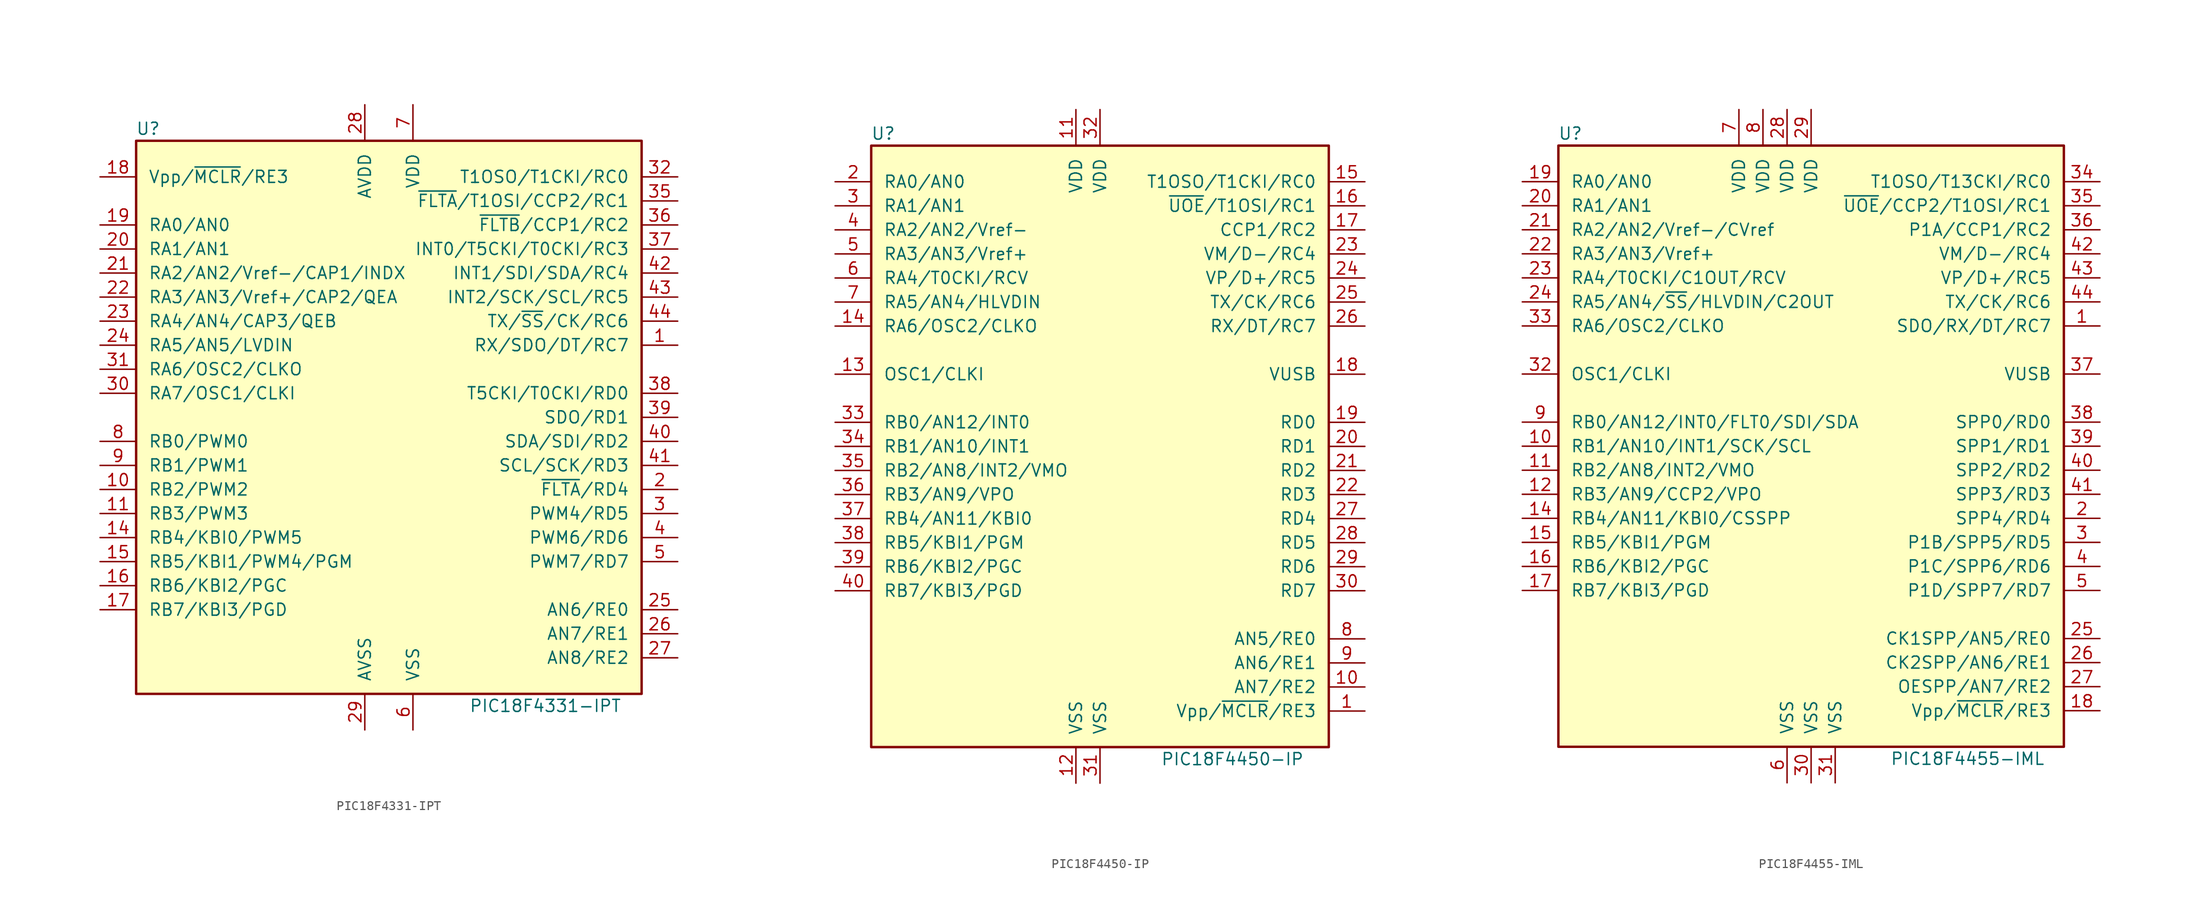
<source format=kicad_sym>
(kicad_symbol_lib
  (version 20200908)
  (generator kicad_symbol_editor)
  (symbol "MCU_Microchip_PIC18:PIC18F4331-IPT"
    (pin_names
      (offset 1.27))
    (property "Reference" "U"
      (at -25.4 30.48 0)
      (effects (font (size 1.27 1.27))))
    (property "Value" "PIC18F4331-IPT"
      (at 16.51 -30.48 0)
      (effects (font (size 1.27 1.27))))
    (symbol "PIC18F4331-IPT_0_1"
      (rectangle (start -26.67 29.21) (end 26.67 -29.21) (stroke (width 0.254)) (fill (type background))))
    (symbol "PIC18F4331-IPT_1_1"
      (pin bidirectional line (at 30.48 7.62 180) (length 3.81) (name "RX/SDO/DT/RC7" (effects (font (size 1.27 1.27)))) (number "1" (effects (font (size 1.27 1.27)))))
      (pin bidirectional line (at -30.48 -7.62 0) (length 3.81) (name "RB2/PWM2" (effects (font (size 1.27 1.27)))) (number "10" (effects (font (size 1.27 1.27)))))
      (pin bidirectional line (at -30.48 -10.16 0) (length 3.81) (name "RB3/PWM3" (effects (font (size 1.27 1.27)))) (number "11" (effects (font (size 1.27 1.27)))))
      (pin unconnected line (at -15.24 -33.02 90) (length 3.81) hide (name "NC" (effects (font (size 1.27 1.27)))) (number "12" (effects (font (size 1.27 1.27)))))
      (pin unconnected line (at -12.7 -33.02 90) (length 3.81) hide (name "NC" (effects (font (size 1.27 1.27)))) (number "13" (effects (font (size 1.27 1.27)))))
      (pin bidirectional line (at -30.48 -12.7 0) (length 3.81) (name "RB4/KBI0/PWM5" (effects (font (size 1.27 1.27)))) (number "14" (effects (font (size 1.27 1.27)))))
      (pin bidirectional line (at -30.48 -15.24 0) (length 3.81) (name "RB5/KBI1/PWM4/PGM" (effects (font (size 1.27 1.27)))) (number "15" (effects (font (size 1.27 1.27)))))
      (pin bidirectional line (at -30.48 -17.78 0) (length 3.81) (name "RB6/KBI2/PGC" (effects (font (size 1.27 1.27)))) (number "16" (effects (font (size 1.27 1.27)))))
      (pin bidirectional line (at -30.48 -20.32 0) (length 3.81) (name "RB7/KBI3/PGD" (effects (font (size 1.27 1.27)))) (number "17" (effects (font (size 1.27 1.27)))))
      (pin input line (at -30.48 25.4 0) (length 3.81) (name "Vpp/~MCLR~/RE3" (effects (font (size 1.27 1.27)))) (number "18" (effects (font (size 1.27 1.27)))))
      (pin bidirectional line (at -30.48 20.32 0) (length 3.81) (name "RA0/AN0" (effects (font (size 1.27 1.27)))) (number "19" (effects (font (size 1.27 1.27)))))
      (pin bidirectional line (at 30.48 -7.62 180) (length 3.81) (name "~FLTA~/RD4" (effects (font (size 1.27 1.27)))) (number "2" (effects (font (size 1.27 1.27)))))
      (pin bidirectional line (at -30.48 17.78 0) (length 3.81) (name "RA1/AN1" (effects (font (size 1.27 1.27)))) (number "20" (effects (font (size 1.27 1.27)))))
      (pin bidirectional line (at -30.48 15.24 0) (length 3.81) (name "RA2/AN2/Vref-/CAP1/INDX" (effects (font (size 1.27 1.27)))) (number "21" (effects (font (size 1.27 1.27)))))
      (pin bidirectional line (at -30.48 12.7 0) (length 3.81) (name "RA3/AN3/Vref+/CAP2/QEA" (effects (font (size 1.27 1.27)))) (number "22" (effects (font (size 1.27 1.27)))))
      (pin bidirectional line (at -30.48 10.16 0) (length 3.81) (name "RA4/AN4/CAP3/QEB" (effects (font (size 1.27 1.27)))) (number "23" (effects (font (size 1.27 1.27)))))
      (pin bidirectional line (at -30.48 7.62 0) (length 3.81) (name "RA5/AN5/LVDIN" (effects (font (size 1.27 1.27)))) (number "24" (effects (font (size 1.27 1.27)))))
      (pin bidirectional line (at 30.48 -20.32 180) (length 3.81) (name "AN6/RE0" (effects (font (size 1.27 1.27)))) (number "25" (effects (font (size 1.27 1.27)))))
      (pin bidirectional line (at 30.48 -22.86 180) (length 3.81) (name "AN7/RE1" (effects (font (size 1.27 1.27)))) (number "26" (effects (font (size 1.27 1.27)))))
      (pin bidirectional line (at 30.48 -25.4 180) (length 3.81) (name "AN8/RE2" (effects (font (size 1.27 1.27)))) (number "27" (effects (font (size 1.27 1.27)))))
      (pin power_in line (at -2.54 33.02 270) (length 3.81) (name "AVDD" (effects (font (size 1.27 1.27)))) (number "28" (effects (font (size 1.27 1.27)))))
      (pin power_in line (at -2.54 -33.02 90) (length 3.81) (name "AVSS" (effects (font (size 1.27 1.27)))) (number "29" (effects (font (size 1.27 1.27)))))
      (pin bidirectional line (at 30.48 -10.16 180) (length 3.81) (name "PWM4/RD5" (effects (font (size 1.27 1.27)))) (number "3" (effects (font (size 1.27 1.27)))))
      (pin bidirectional line (at -30.48 2.54 0) (length 3.81) (name "RA7/OSC1/CLKI" (effects (font (size 1.27 1.27)))) (number "30" (effects (font (size 1.27 1.27)))))
      (pin bidirectional line (at -30.48 5.08 0) (length 3.81) (name "RA6/OSC2/CLKO" (effects (font (size 1.27 1.27)))) (number "31" (effects (font (size 1.27 1.27)))))
      (pin bidirectional line (at 30.48 25.4 180) (length 3.81) (name "T1OSO/T1CKI/RC0" (effects (font (size 1.27 1.27)))) (number "32" (effects (font (size 1.27 1.27)))))
      (pin unconnected line (at -10.16 -33.02 90) (length 3.81) hide (name "NC" (effects (font (size 1.27 1.27)))) (number "33" (effects (font (size 1.27 1.27)))))
      (pin unconnected line (at -7.62 -33.02 90) (length 3.81) hide (name "NC" (effects (font (size 1.27 1.27)))) (number "34" (effects (font (size 1.27 1.27)))))
      (pin bidirectional line (at 30.48 22.86 180) (length 3.81) (name "~FLTA~/T1OSI/CCP2/RC1" (effects (font (size 1.27 1.27)))) (number "35" (effects (font (size 1.27 1.27)))))
      (pin bidirectional line (at 30.48 20.32 180) (length 3.81) (name "~FLTB~/CCP1/RC2" (effects (font (size 1.27 1.27)))) (number "36" (effects (font (size 1.27 1.27)))))
      (pin bidirectional line (at 30.48 17.78 180) (length 3.81) (name "INT0/T5CKI/T0CKI/RC3" (effects (font (size 1.27 1.27)))) (number "37" (effects (font (size 1.27 1.27)))))
      (pin bidirectional line (at 30.48 2.54 180) (length 3.81) (name "T5CKI/T0CKI/RD0" (effects (font (size 1.27 1.27)))) (number "38" (effects (font (size 1.27 1.27)))))
      (pin bidirectional line (at 30.48 0 180) (length 3.81) (name "SDO/RD1" (effects (font (size 1.27 1.27)))) (number "39" (effects (font (size 1.27 1.27)))))
      (pin bidirectional line (at 30.48 -12.7 180) (length 3.81) (name "PWM6/RD6" (effects (font (size 1.27 1.27)))) (number "4" (effects (font (size 1.27 1.27)))))
      (pin bidirectional line (at 30.48 -2.54 180) (length 3.81) (name "SDA/SDI/RD2" (effects (font (size 1.27 1.27)))) (number "40" (effects (font (size 1.27 1.27)))))
      (pin bidirectional line (at 30.48 -5.08 180) (length 3.81) (name "SCL/SCK/RD3" (effects (font (size 1.27 1.27)))) (number "41" (effects (font (size 1.27 1.27)))))
      (pin bidirectional line (at 30.48 15.24 180) (length 3.81) (name "INT1/SDI/SDA/RC4" (effects (font (size 1.27 1.27)))) (number "42" (effects (font (size 1.27 1.27)))))
      (pin bidirectional line (at 30.48 12.7 180) (length 3.81) (name "INT2/SCK/SCL/RC5" (effects (font (size 1.27 1.27)))) (number "43" (effects (font (size 1.27 1.27)))))
      (pin bidirectional line (at 30.48 10.16 180) (length 3.81) (name "TX/~SS~/CK/RC6" (effects (font (size 1.27 1.27)))) (number "44" (effects (font (size 1.27 1.27)))))
      (pin bidirectional line (at 30.48 -15.24 180) (length 3.81) (name "PWM7/RD7" (effects (font (size 1.27 1.27)))) (number "5" (effects (font (size 1.27 1.27)))))
      (pin power_in line (at 2.54 -33.02 90) (length 3.81) (name "VSS" (effects (font (size 1.27 1.27)))) (number "6" (effects (font (size 1.27 1.27)))))
      (pin power_in line (at 2.54 33.02 270) (length 3.81) (name "VDD" (effects (font (size 1.27 1.27)))) (number "7" (effects (font (size 1.27 1.27)))))
      (pin bidirectional line (at -30.48 -2.54 0) (length 3.81) (name "RB0/PWM0" (effects (font (size 1.27 1.27)))) (number "8" (effects (font (size 1.27 1.27)))))
      (pin bidirectional line (at -30.48 -5.08 0) (length 3.81) (name "RB1/PWM1" (effects (font (size 1.27 1.27)))) (number "9" (effects (font (size 1.27 1.27)))))))
  (symbol "MCU_Microchip_PIC18:PIC18F4450-IP"
    (pin_names
      (offset 1.27))
    (property "Reference" "U"
      (at -22.86 33.02 0)
      (effects (font (size 1.27 1.27))))
    (property "Value" "PIC18F4450-IP"
      (at 13.97 -33.02 0)
      (effects (font (size 1.27 1.27))))
    (symbol "PIC18F4450-IP_0_1"
      (rectangle (start -24.13 31.75) (end 24.13 -31.75) (stroke (width 0.254)) (fill (type background))))
    (symbol "PIC18F4450-IP_1_1"
      (pin input line (at 27.94 -27.94 180) (length 3.81) (name "Vpp/~MCLR~/RE3" (effects (font (size 1.27 1.27)))) (number "1" (effects (font (size 1.27 1.27)))))
      (pin bidirectional line (at 27.94 -25.4 180) (length 3.81) (name "AN7/RE2" (effects (font (size 1.27 1.27)))) (number "10" (effects (font (size 1.27 1.27)))))
      (pin power_in line (at -2.54 35.56 270) (length 3.81) (name "VDD" (effects (font (size 1.27 1.27)))) (number "11" (effects (font (size 1.27 1.27)))))
      (pin power_in line (at -2.54 -35.56 90) (length 3.81) (name "VSS" (effects (font (size 1.27 1.27)))) (number "12" (effects (font (size 1.27 1.27)))))
      (pin input line (at -27.94 7.62 0) (length 3.81) (name "OSC1/CLKI" (effects (font (size 1.27 1.27)))) (number "13" (effects (font (size 1.27 1.27)))))
      (pin output line (at -27.94 12.7 0) (length 3.81) (name "RA6/OSC2/CLKO" (effects (font (size 1.27 1.27)))) (number "14" (effects (font (size 1.27 1.27)))))
      (pin bidirectional line (at 27.94 27.94 180) (length 3.81) (name "T1OSO/T1CKI/RC0" (effects (font (size 1.27 1.27)))) (number "15" (effects (font (size 1.27 1.27)))))
      (pin bidirectional line (at 27.94 25.4 180) (length 3.81) (name "~UOE~/T1OSI/RC1" (effects (font (size 1.27 1.27)))) (number "16" (effects (font (size 1.27 1.27)))))
      (pin bidirectional line (at 27.94 22.86 180) (length 3.81) (name "CCP1/RC2" (effects (font (size 1.27 1.27)))) (number "17" (effects (font (size 1.27 1.27)))))
      (pin bidirectional line (at 27.94 7.62 180) (length 3.81) (name "VUSB" (effects (font (size 1.27 1.27)))) (number "18" (effects (font (size 1.27 1.27)))))
      (pin bidirectional line (at 27.94 2.54 180) (length 3.81) (name "RD0" (effects (font (size 1.27 1.27)))) (number "19" (effects (font (size 1.27 1.27)))))
      (pin bidirectional line (at -27.94 27.94 0) (length 3.81) (name "RA0/AN0" (effects (font (size 1.27 1.27)))) (number "2" (effects (font (size 1.27 1.27)))))
      (pin bidirectional line (at 27.94 0 180) (length 3.81) (name "RD1" (effects (font (size 1.27 1.27)))) (number "20" (effects (font (size 1.27 1.27)))))
      (pin bidirectional line (at 27.94 -2.54 180) (length 3.81) (name "RD2" (effects (font (size 1.27 1.27)))) (number "21" (effects (font (size 1.27 1.27)))))
      (pin bidirectional line (at 27.94 -5.08 180) (length 3.81) (name "RD3" (effects (font (size 1.27 1.27)))) (number "22" (effects (font (size 1.27 1.27)))))
      (pin bidirectional line (at 27.94 20.32 180) (length 3.81) (name "VM/D-/RC4" (effects (font (size 1.27 1.27)))) (number "23" (effects (font (size 1.27 1.27)))))
      (pin bidirectional line (at 27.94 17.78 180) (length 3.81) (name "VP/D+/RC5" (effects (font (size 1.27 1.27)))) (number "24" (effects (font (size 1.27 1.27)))))
      (pin bidirectional line (at 27.94 15.24 180) (length 3.81) (name "TX/CK/RC6" (effects (font (size 1.27 1.27)))) (number "25" (effects (font (size 1.27 1.27)))))
      (pin bidirectional line (at 27.94 12.7 180) (length 3.81) (name "RX/DT/RC7" (effects (font (size 1.27 1.27)))) (number "26" (effects (font (size 1.27 1.27)))))
      (pin bidirectional line (at 27.94 -7.62 180) (length 3.81) (name "RD4" (effects (font (size 1.27 1.27)))) (number "27" (effects (font (size 1.27 1.27)))))
      (pin bidirectional line (at 27.94 -10.16 180) (length 3.81) (name "RD5" (effects (font (size 1.27 1.27)))) (number "28" (effects (font (size 1.27 1.27)))))
      (pin bidirectional line (at 27.94 -12.7 180) (length 3.81) (name "RD6" (effects (font (size 1.27 1.27)))) (number "29" (effects (font (size 1.27 1.27)))))
      (pin bidirectional line (at -27.94 25.4 0) (length 3.81) (name "RA1/AN1" (effects (font (size 1.27 1.27)))) (number "3" (effects (font (size 1.27 1.27)))))
      (pin bidirectional line (at 27.94 -15.24 180) (length 3.81) (name "RD7" (effects (font (size 1.27 1.27)))) (number "30" (effects (font (size 1.27 1.27)))))
      (pin power_in line (at 0 -35.56 90) (length 3.81) (name "VSS" (effects (font (size 1.27 1.27)))) (number "31" (effects (font (size 1.27 1.27)))))
      (pin power_in line (at 0 35.56 270) (length 3.81) (name "VDD" (effects (font (size 1.27 1.27)))) (number "32" (effects (font (size 1.27 1.27)))))
      (pin bidirectional line (at -27.94 2.54 0) (length 3.81) (name "RB0/AN12/INT0" (effects (font (size 1.27 1.27)))) (number "33" (effects (font (size 1.27 1.27)))))
      (pin bidirectional line (at -27.94 0 0) (length 3.81) (name "RB1/AN10/INT1" (effects (font (size 1.27 1.27)))) (number "34" (effects (font (size 1.27 1.27)))))
      (pin bidirectional line (at -27.94 -2.54 0) (length 3.81) (name "RB2/AN8/INT2/VMO" (effects (font (size 1.27 1.27)))) (number "35" (effects (font (size 1.27 1.27)))))
      (pin bidirectional line (at -27.94 -5.08 0) (length 3.81) (name "RB3/AN9/VPO" (effects (font (size 1.27 1.27)))) (number "36" (effects (font (size 1.27 1.27)))))
      (pin bidirectional line (at -27.94 -7.62 0) (length 3.81) (name "RB4/AN11/KBI0" (effects (font (size 1.27 1.27)))) (number "37" (effects (font (size 1.27 1.27)))))
      (pin bidirectional line (at -27.94 -10.16 0) (length 3.81) (name "RB5/KBI1/PGM" (effects (font (size 1.27 1.27)))) (number "38" (effects (font (size 1.27 1.27)))))
      (pin bidirectional line (at -27.94 -12.7 0) (length 3.81) (name "RB6/KBI2/PGC" (effects (font (size 1.27 1.27)))) (number "39" (effects (font (size 1.27 1.27)))))
      (pin bidirectional line (at -27.94 22.86 0) (length 3.81) (name "RA2/AN2/Vref-" (effects (font (size 1.27 1.27)))) (number "4" (effects (font (size 1.27 1.27)))))
      (pin bidirectional line (at -27.94 -15.24 0) (length 3.81) (name "RB7/KBI3/PGD" (effects (font (size 1.27 1.27)))) (number "40" (effects (font (size 1.27 1.27)))))
      (pin bidirectional line (at -27.94 20.32 0) (length 3.81) (name "RA3/AN3/Vref+" (effects (font (size 1.27 1.27)))) (number "5" (effects (font (size 1.27 1.27)))))
      (pin bidirectional line (at -27.94 17.78 0) (length 3.81) (name "RA4/T0CKI/RCV" (effects (font (size 1.27 1.27)))) (number "6" (effects (font (size 1.27 1.27)))))
      (pin bidirectional line (at -27.94 15.24 0) (length 3.81) (name "RA5/AN4/HLVDIN" (effects (font (size 1.27 1.27)))) (number "7" (effects (font (size 1.27 1.27)))))
      (pin bidirectional line (at 27.94 -20.32 180) (length 3.81) (name "AN5/RE0" (effects (font (size 1.27 1.27)))) (number "8" (effects (font (size 1.27 1.27)))))
      (pin bidirectional line (at 27.94 -22.86 180) (length 3.81) (name "AN6/RE1" (effects (font (size 1.27 1.27)))) (number "9" (effects (font (size 1.27 1.27)))))))
  (symbol "MCU_Microchip_PIC18:PIC18F4455-IML"
    (pin_names
      (offset 1.27))
    (property "Reference" "U"
      (at -25.4 33.02 0)
      (effects (font (size 1.27 1.27))))
    (property "Value" "PIC18F4455-IML"
      (at 16.51 -33.02 0)
      (effects (font (size 1.27 1.27))))
    (symbol "PIC18F4455-IML_0_1"
      (rectangle (start -26.67 31.75) (end 26.67 -31.75) (stroke (width 0.254)) (fill (type background))))
    (symbol "PIC18F4455-IML_1_1"
      (pin bidirectional line (at 30.48 12.7 180) (length 3.81) (name "SDO/RX/DT/RC7" (effects (font (size 1.27 1.27)))) (number "1" (effects (font (size 1.27 1.27)))))
      (pin bidirectional line (at -30.48 0 0) (length 3.81) (name "RB1/AN10/INT1/SCK/SCL" (effects (font (size 1.27 1.27)))) (number "10" (effects (font (size 1.27 1.27)))))
      (pin bidirectional line (at -30.48 -2.54 0) (length 3.81) (name "RB2/AN8/INT2/VMO" (effects (font (size 1.27 1.27)))) (number "11" (effects (font (size 1.27 1.27)))))
      (pin bidirectional line (at -30.48 -5.08 0) (length 3.81) (name "RB3/AN9/CCP2/VPO" (effects (font (size 1.27 1.27)))) (number "12" (effects (font (size 1.27 1.27)))))
      (pin unconnected line (at -7.62 -35.56 90) (length 3.81) hide (name "NC" (effects (font (size 1.27 1.27)))) (number "13" (effects (font (size 1.27 1.27)))))
      (pin bidirectional line (at -30.48 -7.62 0) (length 3.81) (name "RB4/AN11/KBI0/CSSPP" (effects (font (size 1.27 1.27)))) (number "14" (effects (font (size 1.27 1.27)))))
      (pin bidirectional line (at -30.48 -10.16 0) (length 3.81) (name "RB5/KBI1/PGM" (effects (font (size 1.27 1.27)))) (number "15" (effects (font (size 1.27 1.27)))))
      (pin bidirectional line (at -30.48 -12.7 0) (length 3.81) (name "RB6/KBI2/PGC" (effects (font (size 1.27 1.27)))) (number "16" (effects (font (size 1.27 1.27)))))
      (pin bidirectional line (at -30.48 -15.24 0) (length 3.81) (name "RB7/KBI3/PGD" (effects (font (size 1.27 1.27)))) (number "17" (effects (font (size 1.27 1.27)))))
      (pin input line (at 30.48 -27.94 180) (length 3.81) (name "Vpp/~MCLR~/RE3" (effects (font (size 1.27 1.27)))) (number "18" (effects (font (size 1.27 1.27)))))
      (pin bidirectional line (at -30.48 27.94 0) (length 3.81) (name "RA0/AN0" (effects (font (size 1.27 1.27)))) (number "19" (effects (font (size 1.27 1.27)))))
      (pin bidirectional line (at 30.48 -7.62 180) (length 3.81) (name "SPP4/RD4" (effects (font (size 1.27 1.27)))) (number "2" (effects (font (size 1.27 1.27)))))
      (pin bidirectional line (at -30.48 25.4 0) (length 3.81) (name "RA1/AN1" (effects (font (size 1.27 1.27)))) (number "20" (effects (font (size 1.27 1.27)))))
      (pin bidirectional line (at -30.48 22.86 0) (length 3.81) (name "RA2/AN2/Vref-/CVref" (effects (font (size 1.27 1.27)))) (number "21" (effects (font (size 1.27 1.27)))))
      (pin bidirectional line (at -30.48 20.32 0) (length 3.81) (name "RA3/AN3/Vref+" (effects (font (size 1.27 1.27)))) (number "22" (effects (font (size 1.27 1.27)))))
      (pin bidirectional line (at -30.48 17.78 0) (length 3.81) (name "RA4/T0CKI/C1OUT/RCV" (effects (font (size 1.27 1.27)))) (number "23" (effects (font (size 1.27 1.27)))))
      (pin bidirectional line (at -30.48 15.24 0) (length 3.81) (name "RA5/AN4/~SS~/HLVDIN/C2OUT" (effects (font (size 1.27 1.27)))) (number "24" (effects (font (size 1.27 1.27)))))
      (pin bidirectional line (at 30.48 -20.32 180) (length 3.81) (name "CK1SPP/AN5/RE0" (effects (font (size 1.27 1.27)))) (number "25" (effects (font (size 1.27 1.27)))))
      (pin bidirectional line (at 30.48 -22.86 180) (length 3.81) (name "CK2SPP/AN6/RE1" (effects (font (size 1.27 1.27)))) (number "26" (effects (font (size 1.27 1.27)))))
      (pin bidirectional line (at 30.48 -25.4 180) (length 3.81) (name "OESPP/AN7/RE2" (effects (font (size 1.27 1.27)))) (number "27" (effects (font (size 1.27 1.27)))))
      (pin power_in line (at -2.54 35.56 270) (length 3.81) (name "VDD" (effects (font (size 1.27 1.27)))) (number "28" (effects (font (size 1.27 1.27)))))
      (pin power_in line (at 0 35.56 270) (length 3.81) (name "VDD" (effects (font (size 1.27 1.27)))) (number "29" (effects (font (size 1.27 1.27)))))
      (pin bidirectional line (at 30.48 -10.16 180) (length 3.81) (name "P1B/SPP5/RD5" (effects (font (size 1.27 1.27)))) (number "3" (effects (font (size 1.27 1.27)))))
      (pin power_in line (at 0 -35.56 90) (length 3.81) (name "VSS" (effects (font (size 1.27 1.27)))) (number "30" (effects (font (size 1.27 1.27)))))
      (pin power_in line (at 2.54 -35.56 90) (length 3.81) (name "VSS" (effects (font (size 1.27 1.27)))) (number "31" (effects (font (size 1.27 1.27)))))
      (pin input line (at -30.48 7.62 0) (length 3.81) (name "OSC1/CLKI" (effects (font (size 1.27 1.27)))) (number "32" (effects (font (size 1.27 1.27)))))
      (pin output line (at -30.48 12.7 0) (length 3.81) (name "RA6/OSC2/CLKO" (effects (font (size 1.27 1.27)))) (number "33" (effects (font (size 1.27 1.27)))))
      (pin bidirectional line (at 30.48 27.94 180) (length 3.81) (name "T1OSO/T13CKI/RC0" (effects (font (size 1.27 1.27)))) (number "34" (effects (font (size 1.27 1.27)))))
      (pin bidirectional line (at 30.48 25.4 180) (length 3.81) (name "~UOE~/CCP2/T1OSI/RC1" (effects (font (size 1.27 1.27)))) (number "35" (effects (font (size 1.27 1.27)))))
      (pin bidirectional line (at 30.48 22.86 180) (length 3.81) (name "P1A/CCP1/RC2" (effects (font (size 1.27 1.27)))) (number "36" (effects (font (size 1.27 1.27)))))
      (pin bidirectional line (at 30.48 7.62 180) (length 3.81) (name "VUSB" (effects (font (size 1.27 1.27)))) (number "37" (effects (font (size 1.27 1.27)))))
      (pin bidirectional line (at 30.48 2.54 180) (length 3.81) (name "SPP0/RD0" (effects (font (size 1.27 1.27)))) (number "38" (effects (font (size 1.27 1.27)))))
      (pin bidirectional line (at 30.48 0 180) (length 3.81) (name "SPP1/RD1" (effects (font (size 1.27 1.27)))) (number "39" (effects (font (size 1.27 1.27)))))
      (pin bidirectional line (at 30.48 -12.7 180) (length 3.81) (name "P1C/SPP6/RD6" (effects (font (size 1.27 1.27)))) (number "4" (effects (font (size 1.27 1.27)))))
      (pin bidirectional line (at 30.48 -2.54 180) (length 3.81) (name "SPP2/RD2" (effects (font (size 1.27 1.27)))) (number "40" (effects (font (size 1.27 1.27)))))
      (pin bidirectional line (at 30.48 -5.08 180) (length 3.81) (name "SPP3/RD3" (effects (font (size 1.27 1.27)))) (number "41" (effects (font (size 1.27 1.27)))))
      (pin bidirectional line (at 30.48 20.32 180) (length 3.81) (name "VM/D-/RC4" (effects (font (size 1.27 1.27)))) (number "42" (effects (font (size 1.27 1.27)))))
      (pin bidirectional line (at 30.48 17.78 180) (length 3.81) (name "VP/D+/RC5" (effects (font (size 1.27 1.27)))) (number "43" (effects (font (size 1.27 1.27)))))
      (pin bidirectional line (at 30.48 15.24 180) (length 3.81) (name "TX/CK/RC6" (effects (font (size 1.27 1.27)))) (number "44" (effects (font (size 1.27 1.27)))))
      (pin bidirectional line (at 30.48 -15.24 180) (length 3.81) (name "P1D/SPP7/RD7" (effects (font (size 1.27 1.27)))) (number "5" (effects (font (size 1.27 1.27)))))
      (pin power_in line (at -2.54 -35.56 90) (length 3.81) (name "VSS" (effects (font (size 1.27 1.27)))) (number "6" (effects (font (size 1.27 1.27)))))
      (pin power_in line (at -7.62 35.56 270) (length 3.81) (name "VDD" (effects (font (size 1.27 1.27)))) (number "7" (effects (font (size 1.27 1.27)))))
      (pin power_in line (at -5.08 35.56 270) (length 3.81) (name "VDD" (effects (font (size 1.27 1.27)))) (number "8" (effects (font (size 1.27 1.27)))))
      (pin bidirectional line (at -30.48 2.54 0) (length 3.81) (name "RB0/AN12/INT0/FLT0/SDI/SDA" (effects (font (size 1.27 1.27)))) (number "9" (effects (font (size 1.27 1.27))))))))
</source>
